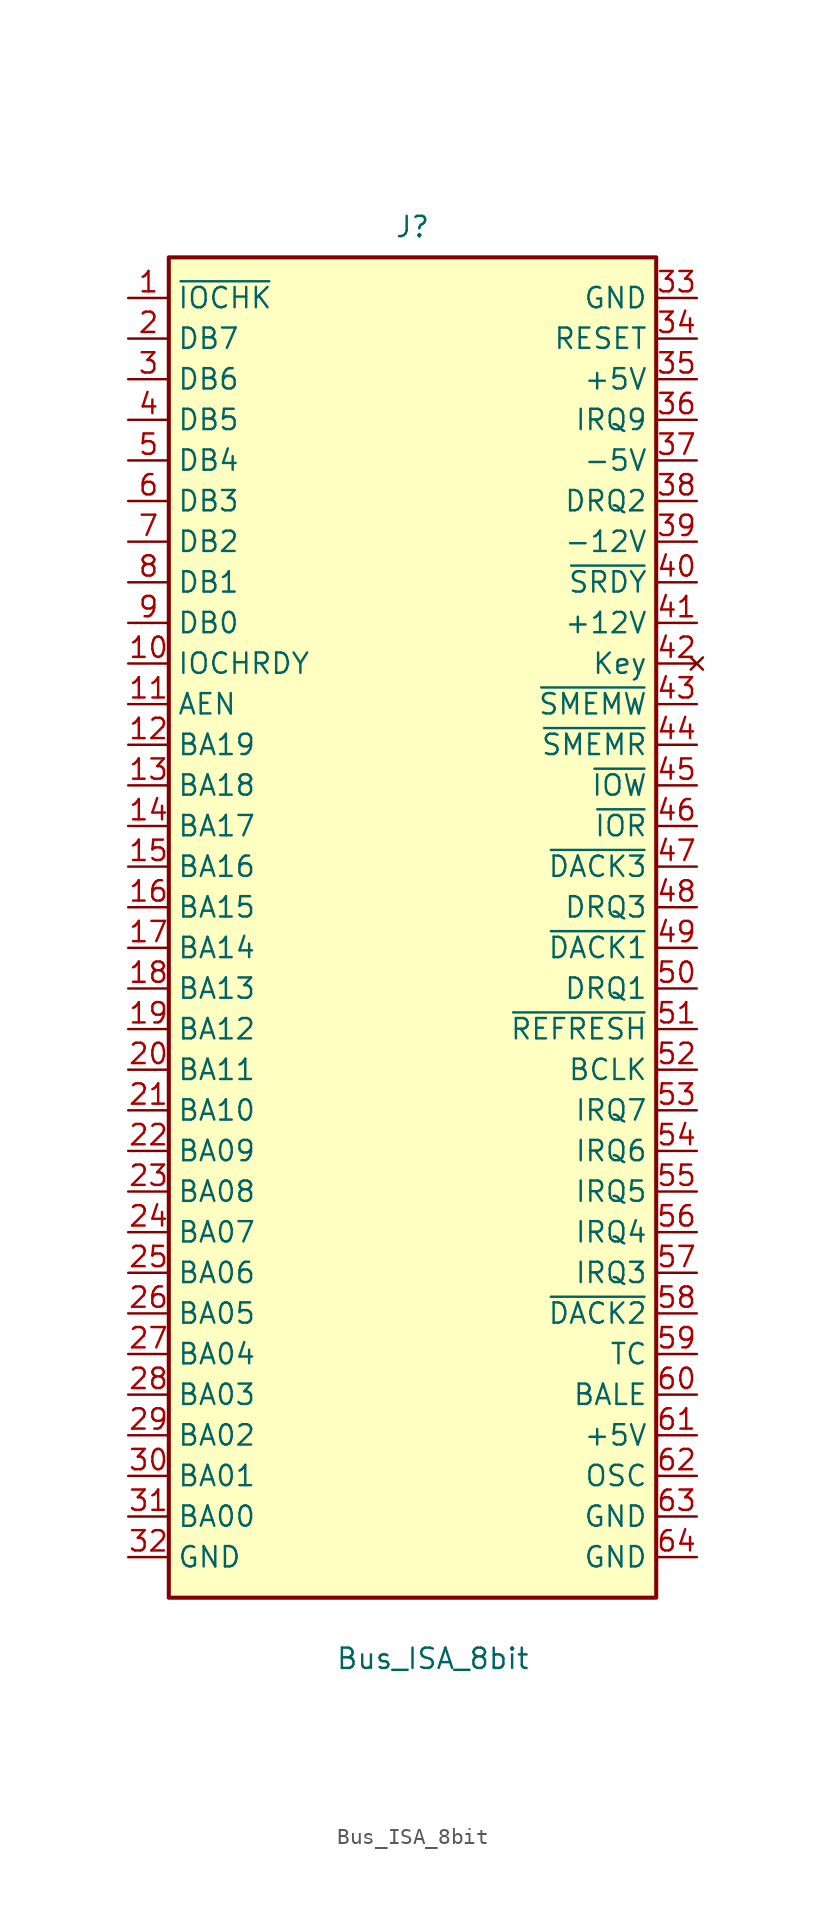
<source format=kicad_sym>
(kicad_symbol_lib
  (version 20211014)
  (generator kicad_symbol_editor)
  (symbol "Bus_ISA_8bit"
    (property "Reference" "J"
      (at 0 42.545 0)
      (effects (font (size 1.27 1.27))))
    (property "Value" "Bus_ISA_8bit"
      (at 1.27 -46.99 0)
      (effects (font (size 1.27 1.27))))
    (symbol "Bus_ISA_8bit_0_1"
      (rectangle (start -15.24 -43.18) (end 15.24 40.64) (stroke (width 0.254) (type default) (color 0 0 0 0)) (fill (type background))))
    (symbol "Bus_ISA_8bit_1_1"
      (pin passive line (at -17.78 38.1 0) (length 2.54) (name "~{IOCHK}" (effects (font (size 1.27 1.27)))) (number "1" (effects (font (size 1.27 1.27)))))
      (pin passive line (at -17.78 15.24 0) (length 2.54) (name "IOCHRDY" (effects (font (size 1.27 1.27)))) (number "10" (effects (font (size 1.27 1.27)))))
      (pin output line (at -17.78 12.7 0) (length 2.54) (name "AEN" (effects (font (size 1.27 1.27)))) (number "11" (effects (font (size 1.27 1.27)))))
      (pin tri_state line (at -17.78 10.16 0) (length 2.54) (name "BA19" (effects (font (size 1.27 1.27)))) (number "12" (effects (font (size 1.27 1.27)))))
      (pin tri_state line (at -17.78 7.62 0) (length 2.54) (name "BA18" (effects (font (size 1.27 1.27)))) (number "13" (effects (font (size 1.27 1.27)))))
      (pin tri_state line (at -17.78 5.08 0) (length 2.54) (name "BA17" (effects (font (size 1.27 1.27)))) (number "14" (effects (font (size 1.27 1.27)))))
      (pin tri_state line (at -17.78 2.54 0) (length 2.54) (name "BA16" (effects (font (size 1.27 1.27)))) (number "15" (effects (font (size 1.27 1.27)))))
      (pin tri_state line (at -17.78 0 0) (length 2.54) (name "BA15" (effects (font (size 1.27 1.27)))) (number "16" (effects (font (size 1.27 1.27)))))
      (pin tri_state line (at -17.78 -2.54 0) (length 2.54) (name "BA14" (effects (font (size 1.27 1.27)))) (number "17" (effects (font (size 1.27 1.27)))))
      (pin tri_state line (at -17.78 -5.08 0) (length 2.54) (name "BA13" (effects (font (size 1.27 1.27)))) (number "18" (effects (font (size 1.27 1.27)))))
      (pin tri_state line (at -17.78 -7.62 0) (length 2.54) (name "BA12" (effects (font (size 1.27 1.27)))) (number "19" (effects (font (size 1.27 1.27)))))
      (pin tri_state line (at -17.78 35.56 0) (length 2.54) (name "DB7" (effects (font (size 1.27 1.27)))) (number "2" (effects (font (size 1.27 1.27)))))
      (pin tri_state line (at -17.78 -10.16 0) (length 2.54) (name "BA11" (effects (font (size 1.27 1.27)))) (number "20" (effects (font (size 1.27 1.27)))))
      (pin tri_state line (at -17.78 -12.7 0) (length 2.54) (name "BA10" (effects (font (size 1.27 1.27)))) (number "21" (effects (font (size 1.27 1.27)))))
      (pin tri_state line (at -17.78 -15.24 0) (length 2.54) (name "BA09" (effects (font (size 1.27 1.27)))) (number "22" (effects (font (size 1.27 1.27)))))
      (pin tri_state line (at -17.78 -17.78 0) (length 2.54) (name "BA08" (effects (font (size 1.27 1.27)))) (number "23" (effects (font (size 1.27 1.27)))))
      (pin tri_state line (at -17.78 -20.32 0) (length 2.54) (name "BA07" (effects (font (size 1.27 1.27)))) (number "24" (effects (font (size 1.27 1.27)))))
      (pin tri_state line (at -17.78 -22.86 0) (length 2.54) (name "BA06" (effects (font (size 1.27 1.27)))) (number "25" (effects (font (size 1.27 1.27)))))
      (pin tri_state line (at -17.78 -25.4 0) (length 2.54) (name "BA05" (effects (font (size 1.27 1.27)))) (number "26" (effects (font (size 1.27 1.27)))))
      (pin tri_state line (at -17.78 -27.94 0) (length 2.54) (name "BA04" (effects (font (size 1.27 1.27)))) (number "27" (effects (font (size 1.27 1.27)))))
      (pin tri_state line (at -17.78 -30.48 0) (length 2.54) (name "BA03" (effects (font (size 1.27 1.27)))) (number "28" (effects (font (size 1.27 1.27)))))
      (pin tri_state line (at -17.78 -33.02 0) (length 2.54) (name "BA02" (effects (font (size 1.27 1.27)))) (number "29" (effects (font (size 1.27 1.27)))))
      (pin tri_state line (at -17.78 33.02 0) (length 2.54) (name "DB6" (effects (font (size 1.27 1.27)))) (number "3" (effects (font (size 1.27 1.27)))))
      (pin tri_state line (at -17.78 -35.56 0) (length 2.54) (name "BA01" (effects (font (size 1.27 1.27)))) (number "30" (effects (font (size 1.27 1.27)))))
      (pin tri_state line (at -17.78 -38.1 0) (length 2.54) (name "BA00" (effects (font (size 1.27 1.27)))) (number "31" (effects (font (size 1.27 1.27)))))
      (pin power_in line (at -17.78 -40.64 0) (length 2.54) (name "GND" (effects (font (size 1.27 1.27)))) (number "32" (effects (font (size 1.27 1.27)))))
      (pin power_in line (at 17.78 38.1 180) (length 2.54) (name "GND" (effects (font (size 1.27 1.27)))) (number "33" (effects (font (size 1.27 1.27)))))
      (pin output line (at 17.78 35.56 180) (length 2.54) (name "RESET" (effects (font (size 1.27 1.27)))) (number "34" (effects (font (size 1.27 1.27)))))
      (pin power_in line (at 17.78 33.02 180) (length 2.54) (name "+5V" (effects (font (size 1.27 1.27)))) (number "35" (effects (font (size 1.27 1.27)))))
      (pin passive line (at 17.78 30.48 180) (length 2.54) (name "IRQ9" (effects (font (size 1.27 1.27)))) (number "36" (effects (font (size 1.27 1.27)))))
      (pin power_in line (at 17.78 27.94 180) (length 2.54) (name "-5V" (effects (font (size 1.27 1.27)))) (number "37" (effects (font (size 1.27 1.27)))))
      (pin passive line (at 17.78 25.4 180) (length 2.54) (name "DRQ2" (effects (font (size 1.27 1.27)))) (number "38" (effects (font (size 1.27 1.27)))))
      (pin power_in line (at 17.78 22.86 180) (length 2.54) (name "-12V" (effects (font (size 1.27 1.27)))) (number "39" (effects (font (size 1.27 1.27)))))
      (pin tri_state line (at -17.78 30.48 0) (length 2.54) (name "DB5" (effects (font (size 1.27 1.27)))) (number "4" (effects (font (size 1.27 1.27)))))
      (pin passive line (at 17.78 20.32 180) (length 2.54) (name "~{SRDY}" (effects (font (size 1.27 1.27)))) (number "40" (effects (font (size 1.27 1.27)))))
      (pin power_in line (at 17.78 17.78 180) (length 2.54) (name "+12V" (effects (font (size 1.27 1.27)))) (number "41" (effects (font (size 1.27 1.27)))))
      (pin no_connect line (at 17.78 15.24 180) (length 2.54) (name "Key" (effects (font (size 1.27 1.27)))) (number "42" (effects (font (size 1.27 1.27)))))
      (pin output line (at 17.78 12.7 180) (length 2.54) (name "~{SMEMW}" (effects (font (size 1.27 1.27)))) (number "43" (effects (font (size 1.27 1.27)))))
      (pin output line (at 17.78 10.16 180) (length 2.54) (name "~{SMEMR}" (effects (font (size 1.27 1.27)))) (number "44" (effects (font (size 1.27 1.27)))))
      (pin output line (at 17.78 7.62 180) (length 2.54) (name "~{IOW}" (effects (font (size 1.27 1.27)))) (number "45" (effects (font (size 1.27 1.27)))))
      (pin output line (at 17.78 5.08 180) (length 2.54) (name "~{IOR}" (effects (font (size 1.27 1.27)))) (number "46" (effects (font (size 1.27 1.27)))))
      (pin passive line (at 17.78 2.54 180) (length 2.54) (name "~{DACK3}" (effects (font (size 1.27 1.27)))) (number "47" (effects (font (size 1.27 1.27)))))
      (pin passive line (at 17.78 0 180) (length 2.54) (name "DRQ3" (effects (font (size 1.27 1.27)))) (number "48" (effects (font (size 1.27 1.27)))))
      (pin passive line (at 17.78 -2.54 180) (length 2.54) (name "~{DACK1}" (effects (font (size 1.27 1.27)))) (number "49" (effects (font (size 1.27 1.27)))))
      (pin tri_state line (at -17.78 27.94 0) (length 2.54) (name "DB4" (effects (font (size 1.27 1.27)))) (number "5" (effects (font (size 1.27 1.27)))))
      (pin passive line (at 17.78 -5.08 180) (length 2.54) (name "DRQ1" (effects (font (size 1.27 1.27)))) (number "50" (effects (font (size 1.27 1.27)))))
      (pin passive line (at 17.78 -7.62 180) (length 2.54) (name "~{REFRESH}" (effects (font (size 1.27 1.27)))) (number "51" (effects (font (size 1.27 1.27)))))
      (pin output line (at 17.78 -10.16 180) (length 2.54) (name "BCLK" (effects (font (size 1.27 1.27)))) (number "52" (effects (font (size 1.27 1.27)))))
      (pin passive line (at 17.78 -12.7 180) (length 2.54) (name "IRQ7" (effects (font (size 1.27 1.27)))) (number "53" (effects (font (size 1.27 1.27)))))
      (pin passive line (at 17.78 -15.24 180) (length 2.54) (name "IRQ6" (effects (font (size 1.27 1.27)))) (number "54" (effects (font (size 1.27 1.27)))))
      (pin passive line (at 17.78 -17.78 180) (length 2.54) (name "IRQ5" (effects (font (size 1.27 1.27)))) (number "55" (effects (font (size 1.27 1.27)))))
      (pin passive line (at 17.78 -20.32 180) (length 2.54) (name "IRQ4" (effects (font (size 1.27 1.27)))) (number "56" (effects (font (size 1.27 1.27)))))
      (pin passive line (at 17.78 -22.86 180) (length 2.54) (name "IRQ3" (effects (font (size 1.27 1.27)))) (number "57" (effects (font (size 1.27 1.27)))))
      (pin passive line (at 17.78 -25.4 180) (length 2.54) (name "~{DACK2}" (effects (font (size 1.27 1.27)))) (number "58" (effects (font (size 1.27 1.27)))))
      (pin passive line (at 17.78 -27.94 180) (length 2.54) (name "TC" (effects (font (size 1.27 1.27)))) (number "59" (effects (font (size 1.27 1.27)))))
      (pin tri_state line (at -17.78 25.4 0) (length 2.54) (name "DB3" (effects (font (size 1.27 1.27)))) (number "6" (effects (font (size 1.27 1.27)))))
      (pin output line (at 17.78 -30.48 180) (length 2.54) (name "BALE" (effects (font (size 1.27 1.27)))) (number "60" (effects (font (size 1.27 1.27)))))
      (pin power_in line (at 17.78 -33.02 180) (length 2.54) (name "+5V" (effects (font (size 1.27 1.27)))) (number "61" (effects (font (size 1.27 1.27)))))
      (pin output line (at 17.78 -35.56 180) (length 2.54) (name "OSC" (effects (font (size 1.27 1.27)))) (number "62" (effects (font (size 1.27 1.27)))))
      (pin power_in line (at 17.78 -38.1 180) (length 2.54) (name "GND" (effects (font (size 1.27 1.27)))) (number "63" (effects (font (size 1.27 1.27)))))
      (pin power_in line (at 17.78 -40.64 180) (length 2.54) (name "GND" (effects (font (size 1.27 1.27)))) (number "64" (effects (font (size 1.27 1.27)))))
      (pin tri_state line (at -17.78 22.86 0) (length 2.54) (name "DB2" (effects (font (size 1.27 1.27)))) (number "7" (effects (font (size 1.27 1.27)))))
      (pin tri_state line (at -17.78 20.32 0) (length 2.54) (name "DB1" (effects (font (size 1.27 1.27)))) (number "8" (effects (font (size 1.27 1.27)))))
      (pin tri_state line (at -17.78 17.78 0) (length 2.54) (name "DB0" (effects (font (size 1.27 1.27)))) (number "9" (effects (font (size 1.27 1.27))))))))
</source>
